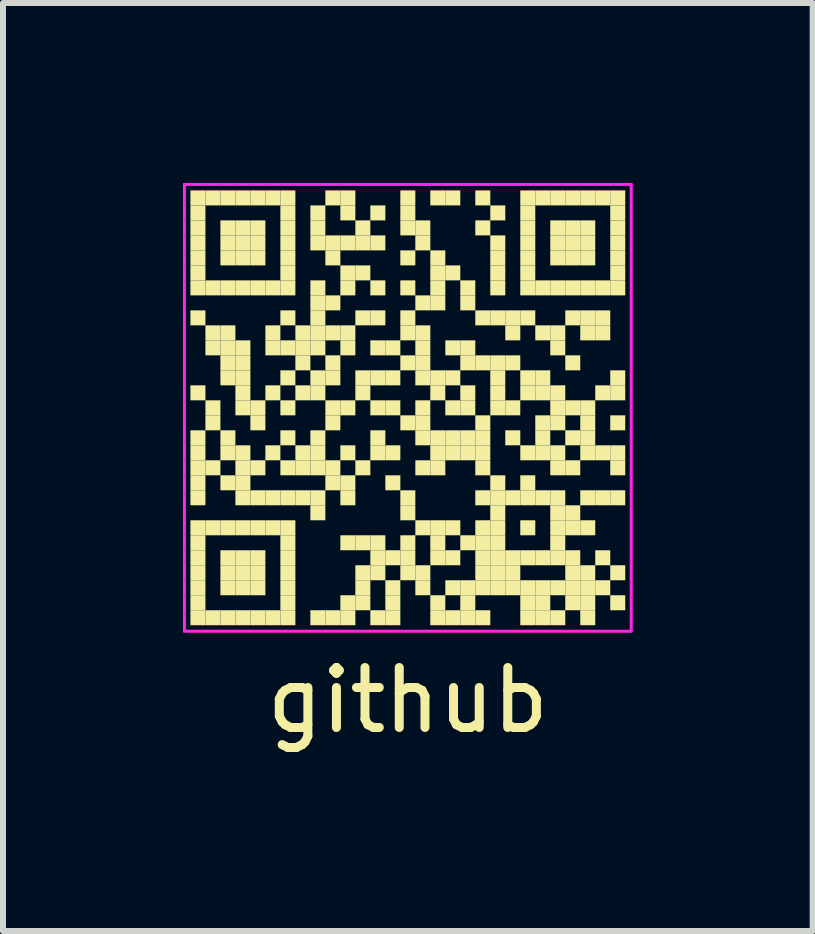
<source format=kicad_pcb>
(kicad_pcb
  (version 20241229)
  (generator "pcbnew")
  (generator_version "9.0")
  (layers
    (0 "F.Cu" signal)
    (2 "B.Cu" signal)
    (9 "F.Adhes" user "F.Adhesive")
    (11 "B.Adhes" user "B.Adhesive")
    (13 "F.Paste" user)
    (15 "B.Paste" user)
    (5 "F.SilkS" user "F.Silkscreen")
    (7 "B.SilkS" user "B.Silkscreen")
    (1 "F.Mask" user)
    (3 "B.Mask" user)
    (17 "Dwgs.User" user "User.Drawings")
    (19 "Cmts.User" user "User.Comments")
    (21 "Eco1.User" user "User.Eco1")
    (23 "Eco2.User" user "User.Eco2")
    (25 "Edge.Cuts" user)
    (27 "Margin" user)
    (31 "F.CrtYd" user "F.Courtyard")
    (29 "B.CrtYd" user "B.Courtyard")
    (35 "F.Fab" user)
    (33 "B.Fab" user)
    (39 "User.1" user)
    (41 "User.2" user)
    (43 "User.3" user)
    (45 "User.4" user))
  (footprint "github"
    (layer "F.Cu")
    (at 3.75 3.75)
    (property "Reference" "github" (at 0 4.875 0) (layer "F.SilkS") (effects (font (size 1 1) (thickness 0.15))))
    (fp_rect (start -3.625 -3.625) (end -3.375 -3.375) (stroke (width 0) (type default)) (fill yes) (layer "F.SilkS"))
    (fp_rect (start -3.625 -3.375) (end -3.375 -3.125) (stroke (width 0) (type default)) (fill yes) (layer "F.SilkS"))
    (fp_rect (start -3.625 -3.125) (end -3.375 -2.875) (stroke (width 0) (type default)) (fill yes) (layer "F.SilkS"))
    (fp_rect (start -3.625 -2.875) (end -3.375 -2.625) (stroke (width 0) (type default)) (fill yes) (layer "F.SilkS"))
    (fp_rect (start -3.625 -2.625) (end -3.375 -2.375) (stroke (width 0) (type default)) (fill yes) (layer "F.SilkS"))
    (fp_rect (start -3.625 -2.375) (end -3.375 -2.125) (stroke (width 0) (type default)) (fill yes) (layer "F.SilkS"))
    (fp_rect (start -3.625 -2.125) (end -3.375 -1.875) (stroke (width 0) (type default)) (fill yes) (layer "F.SilkS"))
    (fp_rect (start -3.625 -1.625) (end -3.375 -1.375) (stroke (width 0) (type default)) (fill yes) (layer "F.SilkS"))
    (fp_rect (start -3.625 -0.375) (end -3.375 -0.125) (stroke (width 0) (type default)) (fill yes) (layer "F.SilkS"))
    (fp_rect (start -3.625 0.375) (end -3.375 0.625) (stroke (width 0) (type default)) (fill yes) (layer "F.SilkS"))
    (fp_rect (start -3.625 0.625) (end -3.375 0.875) (stroke (width 0) (type default)) (fill yes) (layer "F.SilkS"))
    (fp_rect (start -3.625 0.875) (end -3.375 1.125) (stroke (width 0) (type default)) (fill yes) (layer "F.SilkS"))
    (fp_rect (start -3.625 1.125) (end -3.375 1.375) (stroke (width 0) (type default)) (fill yes) (layer "F.SilkS"))
    (fp_rect (start -3.625 1.375) (end -3.375 1.625) (stroke (width 0) (type default)) (fill yes) (layer "F.SilkS"))
    (fp_rect (start -3.625 1.875) (end -3.375 2.125) (stroke (width 0) (type default)) (fill yes) (layer "F.SilkS"))
    (fp_rect (start -3.625 2.125) (end -3.375 2.375) (stroke (width 0) (type default)) (fill yes) (layer "F.SilkS"))
    (fp_rect (start -3.625 2.375) (end -3.375 2.625) (stroke (width 0) (type default)) (fill yes) (layer "F.SilkS"))
    (fp_rect (start -3.625 2.625) (end -3.375 2.875) (stroke (width 0) (type default)) (fill yes) (layer "F.SilkS"))
    (fp_rect (start -3.625 2.875) (end -3.375 3.125) (stroke (width 0) (type default)) (fill yes) (layer "F.SilkS"))
    (fp_rect (start -3.625 3.125) (end -3.375 3.375) (stroke (width 0) (type default)) (fill yes) (layer "F.SilkS"))
    (fp_rect (start -3.625 3.375) (end -3.375 3.625) (stroke (width 0) (type default)) (fill yes) (layer "F.SilkS"))
    (fp_rect (start -3.375 -3.625) (end -3.125 -3.375) (stroke (width 0) (type default)) (fill yes) (layer "F.SilkS"))
    (fp_rect (start -3.375 -2.125) (end -3.125 -1.875) (stroke (width 0) (type default)) (fill yes) (layer "F.SilkS"))
    (fp_rect (start -3.375 -1.375) (end -3.125 -1.125) (stroke (width 0) (type default)) (fill yes) (layer "F.SilkS"))
    (fp_rect (start -3.375 -1.125) (end -3.125 -0.875) (stroke (width 0) (type default)) (fill yes) (layer "F.SilkS"))
    (fp_rect (start -3.375 -0.125) (end -3.125 0.125) (stroke (width 0) (type default)) (fill yes) (layer "F.SilkS"))
    (fp_rect (start -3.375 0.125) (end -3.125 0.375) (stroke (width 0) (type default)) (fill yes) (layer "F.SilkS"))
    (fp_rect (start -3.375 0.875) (end -3.125 1.125) (stroke (width 0) (type default)) (fill yes) (layer "F.SilkS"))
    (fp_rect (start -3.375 1.875) (end -3.125 2.125) (stroke (width 0) (type default)) (fill yes) (layer "F.SilkS"))
    (fp_rect (start -3.375 3.375) (end -3.125 3.625) (stroke (width 0) (type default)) (fill yes) (layer "F.SilkS"))
    (fp_rect (start -3.125 -3.625) (end -2.875 -3.375) (stroke (width 0) (type default)) (fill yes) (layer "F.SilkS"))
    (fp_rect (start -3.125 -3.125) (end -2.875 -2.875) (stroke (width 0) (type default)) (fill yes) (layer "F.SilkS"))
    (fp_rect (start -3.125 -2.875) (end -2.875 -2.625) (stroke (width 0) (type default)) (fill yes) (layer "F.SilkS"))
    (fp_rect (start -3.125 -2.625) (end -2.875 -2.375) (stroke (width 0) (type default)) (fill yes) (layer "F.SilkS"))
    (fp_rect (start -3.125 -2.125) (end -2.875 -1.875) (stroke (width 0) (type default)) (fill yes) (layer "F.SilkS"))
    (fp_rect (start -3.125 -1.375) (end -2.875 -1.125) (stroke (width 0) (type default)) (fill yes) (layer "F.SilkS"))
    (fp_rect (start -3.125 -1.125) (end -2.875 -0.875) (stroke (width 0) (type default)) (fill yes) (layer "F.SilkS"))
    (fp_rect (start -3.125 -0.875) (end -2.875 -0.625) (stroke (width 0) (type default)) (fill yes) (layer "F.SilkS"))
    (fp_rect (start -3.125 -0.625) (end -2.875 -0.375) (stroke (width 0) (type default)) (fill yes) (layer "F.SilkS"))
    (fp_rect (start -3.125 0.375) (end -2.875 0.625) (stroke (width 0) (type default)) (fill yes) (layer "F.SilkS"))
    (fp_rect (start -3.125 0.625) (end -2.875 0.875) (stroke (width 0) (type default)) (fill yes) (layer "F.SilkS"))
    (fp_rect (start -3.125 1.125) (end -2.875 1.375) (stroke (width 0) (type default)) (fill yes) (layer "F.SilkS"))
    (fp_rect (start -3.125 1.875) (end -2.875 2.125) (stroke (width 0) (type default)) (fill yes) (layer "F.SilkS"))
    (fp_rect (start -3.125 2.375) (end -2.875 2.625) (stroke (width 0) (type default)) (fill yes) (layer "F.SilkS"))
    (fp_rect (start -3.125 2.625) (end -2.875 2.875) (stroke (width 0) (type default)) (fill yes) (layer "F.SilkS"))
    (fp_rect (start -3.125 2.875) (end -2.875 3.125) (stroke (width 0) (type default)) (fill yes) (layer "F.SilkS"))
    (fp_rect (start -3.125 3.375) (end -2.875 3.625) (stroke (width 0) (type default)) (fill yes) (layer "F.SilkS"))
    (fp_rect (start -2.875 -3.625) (end -2.625 -3.375) (stroke (width 0) (type default)) (fill yes) (layer "F.SilkS"))
    (fp_rect (start -2.875 -3.125) (end -2.625 -2.875) (stroke (width 0) (type default)) (fill yes) (layer "F.SilkS"))
    (fp_rect (start -2.875 -2.875) (end -2.625 -2.625) (stroke (width 0) (type default)) (fill yes) (layer "F.SilkS"))
    (fp_rect (start -2.875 -2.625) (end -2.625 -2.375) (stroke (width 0) (type default)) (fill yes) (layer "F.SilkS"))
    (fp_rect (start -2.875 -2.125) (end -2.625 -1.875) (stroke (width 0) (type default)) (fill yes) (layer "F.SilkS"))
    (fp_rect (start -2.875 -1.125) (end -2.625 -0.875) (stroke (width 0) (type default)) (fill yes) (layer "F.SilkS"))
    (fp_rect (start -2.875 -0.875) (end -2.625 -0.625) (stroke (width 0) (type default)) (fill yes) (layer "F.SilkS"))
    (fp_rect (start -2.875 -0.625) (end -2.625 -0.375) (stroke (width 0) (type default)) (fill yes) (layer "F.SilkS"))
    (fp_rect (start -2.875 -0.375) (end -2.625 -0.125) (stroke (width 0) (type default)) (fill yes) (layer "F.SilkS"))
    (fp_rect (start -2.875 -0.125) (end -2.625 0.125) (stroke (width 0) (type default)) (fill yes) (layer "F.SilkS"))
    (fp_rect (start -2.875 0.625) (end -2.625 0.875) (stroke (width 0) (type default)) (fill yes) (layer "F.SilkS"))
    (fp_rect (start -2.875 0.875) (end -2.625 1.125) (stroke (width 0) (type default)) (fill yes) (layer "F.SilkS"))
    (fp_rect (start -2.875 1.125) (end -2.625 1.375) (stroke (width 0) (type default)) (fill yes) (layer "F.SilkS"))
    (fp_rect (start -2.875 1.375) (end -2.625 1.625) (stroke (width 0) (type default)) (fill yes) (layer "F.SilkS"))
    (fp_rect (start -2.875 1.875) (end -2.625 2.125) (stroke (width 0) (type default)) (fill yes) (layer "F.SilkS"))
    (fp_rect (start -2.875 2.375) (end -2.625 2.625) (stroke (width 0) (type default)) (fill yes) (layer "F.SilkS"))
    (fp_rect (start -2.875 2.625) (end -2.625 2.875) (stroke (width 0) (type default)) (fill yes) (layer "F.SilkS"))
    (fp_rect (start -2.875 2.875) (end -2.625 3.125) (stroke (width 0) (type default)) (fill yes) (layer "F.SilkS"))
    (fp_rect (start -2.875 3.375) (end -2.625 3.625) (stroke (width 0) (type default)) (fill yes) (layer "F.SilkS"))
    (fp_rect (start -2.625 -3.625) (end -2.375 -3.375) (stroke (width 0) (type default)) (fill yes) (layer "F.SilkS"))
    (fp_rect (start -2.625 -3.125) (end -2.375 -2.875) (stroke (width 0) (type default)) (fill yes) (layer "F.SilkS"))
    (fp_rect (start -2.625 -2.875) (end -2.375 -2.625) (stroke (width 0) (type default)) (fill yes) (layer "F.SilkS"))
    (fp_rect (start -2.625 -2.625) (end -2.375 -2.375) (stroke (width 0) (type default)) (fill yes) (layer "F.SilkS"))
    (fp_rect (start -2.625 -2.125) (end -2.375 -1.875) (stroke (width 0) (type default)) (fill yes) (layer "F.SilkS"))
    (fp_rect (start -2.625 -0.125) (end -2.375 0.125) (stroke (width 0) (type default)) (fill yes) (layer "F.SilkS"))
    (fp_rect (start -2.625 0.125) (end -2.375 0.375) (stroke (width 0) (type default)) (fill yes) (layer "F.SilkS"))
    (fp_rect (start -2.625 0.875) (end -2.375 1.125) (stroke (width 0) (type default)) (fill yes) (layer "F.SilkS"))
    (fp_rect (start -2.625 1.375) (end -2.375 1.625) (stroke (width 0) (type default)) (fill yes) (layer "F.SilkS"))
    (fp_rect (start -2.625 1.875) (end -2.375 2.125) (stroke (width 0) (type default)) (fill yes) (layer "F.SilkS"))
    (fp_rect (start -2.625 2.375) (end -2.375 2.625) (stroke (width 0) (type default)) (fill yes) (layer "F.SilkS"))
    (fp_rect (start -2.625 2.625) (end -2.375 2.875) (stroke (width 0) (type default)) (fill yes) (layer "F.SilkS"))
    (fp_rect (start -2.625 2.875) (end -2.375 3.125) (stroke (width 0) (type default)) (fill yes) (layer "F.SilkS"))
    (fp_rect (start -2.625 3.375) (end -2.375 3.625) (stroke (width 0) (type default)) (fill yes) (layer "F.SilkS"))
    (fp_rect (start -2.375 -3.625) (end -2.125 -3.375) (stroke (width 0) (type default)) (fill yes) (layer "F.SilkS"))
    (fp_rect (start -2.375 -2.125) (end -2.125 -1.875) (stroke (width 0) (type default)) (fill yes) (layer "F.SilkS"))
    (fp_rect (start -2.375 -1.375) (end -2.125 -1.125) (stroke (width 0) (type default)) (fill yes) (layer "F.SilkS"))
    (fp_rect (start -2.375 -1.125) (end -2.125 -0.875) (stroke (width 0) (type default)) (fill yes) (layer "F.SilkS"))
    (fp_rect (start -2.375 -0.375) (end -2.125 -0.125) (stroke (width 0) (type default)) (fill yes) (layer "F.SilkS"))
    (fp_rect (start -2.375 0.625) (end -2.125 0.875) (stroke (width 0) (type default)) (fill yes) (layer "F.SilkS"))
    (fp_rect (start -2.375 1.375) (end -2.125 1.625) (stroke (width 0) (type default)) (fill yes) (layer "F.SilkS"))
    (fp_rect (start -2.375 1.875) (end -2.125 2.125) (stroke (width 0) (type default)) (fill yes) (layer "F.SilkS"))
    (fp_rect (start -2.375 3.375) (end -2.125 3.625) (stroke (width 0) (type default)) (fill yes) (layer "F.SilkS"))
    (fp_rect (start -2.125 -3.625) (end -1.875 -3.375) (stroke (width 0) (type default)) (fill yes) (layer "F.SilkS"))
    (fp_rect (start -2.125 -3.375) (end -1.875 -3.125) (stroke (width 0) (type default)) (fill yes) (layer "F.SilkS"))
    (fp_rect (start -2.125 -3.125) (end -1.875 -2.875) (stroke (width 0) (type default)) (fill yes) (layer "F.SilkS"))
    (fp_rect (start -2.125 -2.875) (end -1.875 -2.625) (stroke (width 0) (type default)) (fill yes) (layer "F.SilkS"))
    (fp_rect (start -2.125 -2.625) (end -1.875 -2.375) (stroke (width 0) (type default)) (fill yes) (layer "F.SilkS"))
    (fp_rect (start -2.125 -2.375) (end -1.875 -2.125) (stroke (width 0) (type default)) (fill yes) (layer "F.SilkS"))
    (fp_rect (start -2.125 -2.125) (end -1.875 -1.875) (stroke (width 0) (type default)) (fill yes) (layer "F.SilkS"))
    (fp_rect (start -2.125 -1.625) (end -1.875 -1.375) (stroke (width 0) (type default)) (fill yes) (layer "F.SilkS"))
    (fp_rect (start -2.125 -1.125) (end -1.875 -0.875) (stroke (width 0) (type default)) (fill yes) (layer "F.SilkS"))
    (fp_rect (start -2.125 -0.625) (end -1.875 -0.375) (stroke (width 0) (type default)) (fill yes) (layer "F.SilkS"))
    (fp_rect (start -2.125 -0.125) (end -1.875 0.125) (stroke (width 0) (type default)) (fill yes) (layer "F.SilkS"))
    (fp_rect (start -2.125 0.375) (end -1.875 0.625) (stroke (width 0) (type default)) (fill yes) (layer "F.SilkS"))
    (fp_rect (start -2.125 0.875) (end -1.875 1.125) (stroke (width 0) (type default)) (fill yes) (layer "F.SilkS"))
    (fp_rect (start -2.125 1.375) (end -1.875 1.625) (stroke (width 0) (type default)) (fill yes) (layer "F.SilkS"))
    (fp_rect (start -2.125 1.875) (end -1.875 2.125) (stroke (width 0) (type default)) (fill yes) (layer "F.SilkS"))
    (fp_rect (start -2.125 2.125) (end -1.875 2.375) (stroke (width 0) (type default)) (fill yes) (layer "F.SilkS"))
    (fp_rect (start -2.125 2.375) (end -1.875 2.625) (stroke (width 0) (type default)) (fill yes) (layer "F.SilkS"))
    (fp_rect (start -2.125 2.625) (end -1.875 2.875) (stroke (width 0) (type default)) (fill yes) (layer "F.SilkS"))
    (fp_rect (start -2.125 2.875) (end -1.875 3.125) (stroke (width 0) (type default)) (fill yes) (layer "F.SilkS"))
    (fp_rect (start -2.125 3.125) (end -1.875 3.375) (stroke (width 0) (type default)) (fill yes) (layer "F.SilkS"))
    (fp_rect (start -2.125 3.375) (end -1.875 3.625) (stroke (width 0) (type default)) (fill yes) (layer "F.SilkS"))
    (fp_rect (start -1.875 -1.375) (end -1.625 -1.125) (stroke (width 0) (type default)) (fill yes) (layer "F.SilkS"))
    (fp_rect (start -1.875 -1.125) (end -1.625 -0.875) (stroke (width 0) (type default)) (fill yes) (layer "F.SilkS"))
    (fp_rect (start -1.875 -0.875) (end -1.625 -0.625) (stroke (width 0) (type default)) (fill yes) (layer "F.SilkS"))
    (fp_rect (start -1.875 -0.375) (end -1.625 -0.125) (stroke (width 0) (type default)) (fill yes) (layer "F.SilkS"))
    (fp_rect (start -1.875 0.625) (end -1.625 0.875) (stroke (width 0) (type default)) (fill yes) (layer "F.SilkS"))
    (fp_rect (start -1.875 0.875) (end -1.625 1.125) (stroke (width 0) (type default)) (fill yes) (layer "F.SilkS"))
    (fp_rect (start -1.875 1.375) (end -1.625 1.625) (stroke (width 0) (type default)) (fill yes) (layer "F.SilkS"))
    (fp_rect (start -1.625 -3.375) (end -1.375 -3.125) (stroke (width 0) (type default)) (fill yes) (layer "F.SilkS"))
    (fp_rect (start -1.625 -3.125) (end -1.375 -2.875) (stroke (width 0) (type default)) (fill yes) (layer "F.SilkS"))
    (fp_rect (start -1.625 -2.875) (end -1.375 -2.625) (stroke (width 0) (type default)) (fill yes) (layer "F.SilkS"))
    (fp_rect (start -1.625 -2.125) (end -1.375 -1.875) (stroke (width 0) (type default)) (fill yes) (layer "F.SilkS"))
    (fp_rect (start -1.625 -1.875) (end -1.375 -1.625) (stroke (width 0) (type default)) (fill yes) (layer "F.SilkS"))
    (fp_rect (start -1.625 -1.625) (end -1.375 -1.375) (stroke (width 0) (type default)) (fill yes) (layer "F.SilkS"))
    (fp_rect (start -1.625 -1.375) (end -1.375 -1.125) (stroke (width 0) (type default)) (fill yes) (layer "F.SilkS"))
    (fp_rect (start -1.625 -1.125) (end -1.375 -0.875) (stroke (width 0) (type default)) (fill yes) (layer "F.SilkS"))
    (fp_rect (start -1.625 -0.625) (end -1.375 -0.375) (stroke (width 0) (type default)) (fill yes) (layer "F.SilkS"))
    (fp_rect (start -1.625 -0.375) (end -1.375 -0.125) (stroke (width 0) (type default)) (fill yes) (layer "F.SilkS"))
    (fp_rect (start -1.625 0.375) (end -1.375 0.625) (stroke (width 0) (type default)) (fill yes) (layer "F.SilkS"))
    (fp_rect (start -1.625 0.625) (end -1.375 0.875) (stroke (width 0) (type default)) (fill yes) (layer "F.SilkS"))
    (fp_rect (start -1.625 0.875) (end -1.375 1.125) (stroke (width 0) (type default)) (fill yes) (layer "F.SilkS"))
    (fp_rect (start -1.625 1.375) (end -1.375 1.625) (stroke (width 0) (type default)) (fill yes) (layer "F.SilkS"))
    (fp_rect (start -1.625 1.625) (end -1.375 1.875) (stroke (width 0) (type default)) (fill yes) (layer "F.SilkS"))
    (fp_rect (start -1.625 3.375) (end -1.375 3.625) (stroke (width 0) (type default)) (fill yes) (layer "F.SilkS"))
    (fp_rect (start -1.375 -3.625) (end -1.125 -3.375) (stroke (width 0) (type default)) (fill yes) (layer "F.SilkS"))
    (fp_rect (start -1.375 -2.875) (end -1.125 -2.625) (stroke (width 0) (type default)) (fill yes) (layer "F.SilkS"))
    (fp_rect (start -1.375 -2.625) (end -1.125 -2.375) (stroke (width 0) (type default)) (fill yes) (layer "F.SilkS"))
    (fp_rect (start -1.375 -1.875) (end -1.125 -1.625) (stroke (width 0) (type default)) (fill yes) (layer "F.SilkS"))
    (fp_rect (start -1.375 -1.375) (end -1.125 -1.125) (stroke (width 0) (type default)) (fill yes) (layer "F.SilkS"))
    (fp_rect (start -1.375 -0.875) (end -1.125 -0.625) (stroke (width 0) (type default)) (fill yes) (layer "F.SilkS"))
    (fp_rect (start -1.375 -0.625) (end -1.125 -0.375) (stroke (width 0) (type default)) (fill yes) (layer "F.SilkS"))
    (fp_rect (start -1.375 -0.125) (end -1.125 0.125) (stroke (width 0) (type default)) (fill yes) (layer "F.SilkS"))
    (fp_rect (start -1.375 0.125) (end -1.125 0.375) (stroke (width 0) (type default)) (fill yes) (layer "F.SilkS"))
    (fp_rect (start -1.375 0.875) (end -1.125 1.125) (stroke (width 0) (type default)) (fill yes) (layer "F.SilkS"))
    (fp_rect (start -1.375 1.125) (end -1.125 1.375) (stroke (width 0) (type default)) (fill yes) (layer "F.SilkS"))
    (fp_rect (start -1.375 3.375) (end -1.125 3.625) (stroke (width 0) (type default)) (fill yes) (layer "F.SilkS"))
    (fp_rect (start -1.125 -3.625) (end -0.875 -3.375) (stroke (width 0) (type default)) (fill yes) (layer "F.SilkS"))
    (fp_rect (start -1.125 -3.375) (end -0.875 -3.125) (stroke (width 0) (type default)) (fill yes) (layer "F.SilkS"))
    (fp_rect (start -1.125 -2.875) (end -0.875 -2.625) (stroke (width 0) (type default)) (fill yes) (layer "F.SilkS"))
    (fp_rect (start -1.125 -2.375) (end -0.875 -2.125) (stroke (width 0) (type default)) (fill yes) (layer "F.SilkS"))
    (fp_rect (start -1.125 -2.125) (end -0.875 -1.875) (stroke (width 0) (type default)) (fill yes) (layer "F.SilkS"))
    (fp_rect (start -1.125 -1.375) (end -0.875 -1.125) (stroke (width 0) (type default)) (fill yes) (layer "F.SilkS"))
    (fp_rect (start -1.125 -1.125) (end -0.875 -0.875) (stroke (width 0) (type default)) (fill yes) (layer "F.SilkS"))
    (fp_rect (start -1.125 -0.125) (end -0.875 0.125) (stroke (width 0) (type default)) (fill yes) (layer "F.SilkS"))
    (fp_rect (start -1.125 0.625) (end -0.875 0.875) (stroke (width 0) (type default)) (fill yes) (layer "F.SilkS"))
    (fp_rect (start -1.125 1.125) (end -0.875 1.375) (stroke (width 0) (type default)) (fill yes) (layer "F.SilkS"))
    (fp_rect (start -1.125 1.375) (end -0.875 1.625) (stroke (width 0) (type default)) (fill yes) (layer "F.SilkS"))
    (fp_rect (start -1.125 2.125) (end -0.875 2.375) (stroke (width 0) (type default)) (fill yes) (layer "F.SilkS"))
    (fp_rect (start -1.125 3.125) (end -0.875 3.375) (stroke (width 0) (type default)) (fill yes) (layer "F.SilkS"))
    (fp_rect (start -1.125 3.375) (end -0.875 3.625) (stroke (width 0) (type default)) (fill yes) (layer "F.SilkS"))
    (fp_rect (start -0.875 -3.125) (end -0.625 -2.875) (stroke (width 0) (type default)) (fill yes) (layer "F.SilkS"))
    (fp_rect (start -0.875 -2.875) (end -0.625 -2.625) (stroke (width 0) (type default)) (fill yes) (layer "F.SilkS"))
    (fp_rect (start -0.875 -2.375) (end -0.625 -2.125) (stroke (width 0) (type default)) (fill yes) (layer "F.SilkS"))
    (fp_rect (start -0.875 -1.625) (end -0.625 -1.375) (stroke (width 0) (type default)) (fill yes) (layer "F.SilkS"))
    (fp_rect (start -0.875 -0.625) (end -0.625 -0.375) (stroke (width 0) (type default)) (fill yes) (layer "F.SilkS"))
    (fp_rect (start -0.875 -0.375) (end -0.625 -0.125) (stroke (width 0) (type default)) (fill yes) (layer "F.SilkS"))
    (fp_rect (start -0.875 0.875) (end -0.625 1.125) (stroke (width 0) (type default)) (fill yes) (layer "F.SilkS"))
    (fp_rect (start -0.875 2.125) (end -0.625 2.375) (stroke (width 0) (type default)) (fill yes) (layer "F.SilkS"))
    (fp_rect (start -0.875 2.625) (end -0.625 2.875) (stroke (width 0) (type default)) (fill yes) (layer "F.SilkS"))
    (fp_rect (start -0.875 2.875) (end -0.625 3.125) (stroke (width 0) (type default)) (fill yes) (layer "F.SilkS"))
    (fp_rect (start -0.875 3.125) (end -0.625 3.375) (stroke (width 0) (type default)) (fill yes) (layer "F.SilkS"))
    (fp_rect (start -0.625 -3.375) (end -0.375 -3.125) (stroke (width 0) (type default)) (fill yes) (layer "F.SilkS"))
    (fp_rect (start -0.625 -2.875) (end -0.375 -2.625) (stroke (width 0) (type default)) (fill yes) (layer "F.SilkS"))
    (fp_rect (start -0.625 -2.125) (end -0.375 -1.875) (stroke (width 0) (type default)) (fill yes) (layer "F.SilkS"))
    (fp_rect (start -0.625 -1.625) (end -0.375 -1.375) (stroke (width 0) (type default)) (fill yes) (layer "F.SilkS"))
    (fp_rect (start -0.625 -1.125) (end -0.375 -0.875) (stroke (width 0) (type default)) (fill yes) (layer "F.SilkS"))
    (fp_rect (start -0.625 -0.625) (end -0.375 -0.375) (stroke (width 0) (type default)) (fill yes) (layer "F.SilkS"))
    (fp_rect (start -0.625 -0.125) (end -0.375 0.125) (stroke (width 0) (type default)) (fill yes) (layer "F.SilkS"))
    (fp_rect (start -0.625 0.375) (end -0.375 0.625) (stroke (width 0) (type default)) (fill yes) (layer "F.SilkS"))
    (fp_rect (start -0.625 0.625) (end -0.375 0.875) (stroke (width 0) (type default)) (fill yes) (layer "F.SilkS"))
    (fp_rect (start -0.625 2.125) (end -0.375 2.375) (stroke (width 0) (type default)) (fill yes) (layer "F.SilkS"))
    (fp_rect (start -0.625 2.375) (end -0.375 2.625) (stroke (width 0) (type default)) (fill yes) (layer "F.SilkS"))
    (fp_rect (start -0.625 2.625) (end -0.375 2.875) (stroke (width 0) (type default)) (fill yes) (layer "F.SilkS"))
    (fp_rect (start -0.625 3.375) (end -0.375 3.625) (stroke (width 0) (type default)) (fill yes) (layer "F.SilkS"))
    (fp_rect (start -0.375 -1.125) (end -0.125 -0.875) (stroke (width 0) (type default)) (fill yes) (layer "F.SilkS"))
    (fp_rect (start -0.375 -0.625) (end -0.125 -0.375) (stroke (width 0) (type default)) (fill yes) (layer "F.SilkS"))
    (fp_rect (start -0.375 -0.125) (end -0.125 0.125) (stroke (width 0) (type default)) (fill yes) (layer "F.SilkS"))
    (fp_rect (start -0.375 0.625) (end -0.125 0.875) (stroke (width 0) (type default)) (fill yes) (layer "F.SilkS"))
    (fp_rect (start -0.375 1.125) (end -0.125 1.375) (stroke (width 0) (type default)) (fill yes) (layer "F.SilkS"))
    (fp_rect (start -0.375 2.375) (end -0.125 2.625) (stroke (width 0) (type default)) (fill yes) (layer "F.SilkS"))
    (fp_rect (start -0.375 2.875) (end -0.125 3.125) (stroke (width 0) (type default)) (fill yes) (layer "F.SilkS"))
    (fp_rect (start -0.375 3.125) (end -0.125 3.375) (stroke (width 0) (type default)) (fill yes) (layer "F.SilkS"))
    (fp_rect (start -0.375 3.375) (end -0.125 3.625) (stroke (width 0) (type default)) (fill yes) (layer "F.SilkS"))
    (fp_rect (start -0.125 -3.625) (end 0.125 -3.375) (stroke (width 0) (type default)) (fill yes) (layer "F.SilkS"))
    (fp_rect (start -0.125 -3.375) (end 0.125 -3.125) (stroke (width 0) (type default)) (fill yes) (layer "F.SilkS"))
    (fp_rect (start -0.125 -3.125) (end 0.125 -2.875) (stroke (width 0) (type default)) (fill yes) (layer "F.SilkS"))
    (fp_rect (start -0.125 -2.625) (end 0.125 -2.375) (stroke (width 0) (type default)) (fill yes) (layer "F.SilkS"))
    (fp_rect (start -0.125 -2.125) (end 0.125 -1.875) (stroke (width 0) (type default)) (fill yes) (layer "F.SilkS"))
    (fp_rect (start -0.125 -1.625) (end 0.125 -1.375) (stroke (width 0) (type default)) (fill yes) (layer "F.SilkS"))
    (fp_rect (start -0.125 -1.375) (end 0.125 -1.125) (stroke (width 0) (type default)) (fill yes) (layer "F.SilkS"))
    (fp_rect (start -0.125 -0.875) (end 0.125 -0.625) (stroke (width 0) (type default)) (fill yes) (layer "F.SilkS"))
    (fp_rect (start -0.125 0.125) (end 0.125 0.375) (stroke (width 0) (type default)) (fill yes) (layer "F.SilkS"))
    (fp_rect (start -0.125 1.375) (end 0.125 1.625) (stroke (width 0) (type default)) (fill yes) (layer "F.SilkS"))
    (fp_rect (start -0.125 1.625) (end 0.125 1.875) (stroke (width 0) (type default)) (fill yes) (layer "F.SilkS"))
    (fp_rect (start -0.125 2.125) (end 0.125 2.375) (stroke (width 0) (type default)) (fill yes) (layer "F.SilkS"))
    (fp_rect (start -0.125 2.375) (end 0.125 2.625) (stroke (width 0) (type default)) (fill yes) (layer "F.SilkS"))
    (fp_rect (start -0.125 2.625) (end 0.125 2.875) (stroke (width 0) (type default)) (fill yes) (layer "F.SilkS"))
    (fp_rect (start 0.125 -3.125) (end 0.375 -2.875) (stroke (width 0) (type default)) (fill yes) (layer "F.SilkS"))
    (fp_rect (start 0.125 -2.875) (end 0.375 -2.625) (stroke (width 0) (type default)) (fill yes) (layer "F.SilkS"))
    (fp_rect (start 0.125 -1.875) (end 0.375 -1.625) (stroke (width 0) (type default)) (fill yes) (layer "F.SilkS"))
    (fp_rect (start 0.125 -1.375) (end 0.375 -1.125) (stroke (width 0) (type default)) (fill yes) (layer "F.SilkS"))
    (fp_rect (start 0.125 -1.125) (end 0.375 -0.875) (stroke (width 0) (type default)) (fill yes) (layer "F.SilkS"))
    (fp_rect (start 0.125 -0.875) (end 0.375 -0.625) (stroke (width 0) (type default)) (fill yes) (layer "F.SilkS"))
    (fp_rect (start 0.125 -0.625) (end 0.375 -0.375) (stroke (width 0) (type default)) (fill yes) (layer "F.SilkS"))
    (fp_rect (start 0.125 -0.125) (end 0.375 0.125) (stroke (width 0) (type default)) (fill yes) (layer "F.SilkS"))
    (fp_rect (start 0.125 0.125) (end 0.375 0.375) (stroke (width 0) (type default)) (fill yes) (layer "F.SilkS"))
    (fp_rect (start 0.125 0.375) (end 0.375 0.625) (stroke (width 0) (type default)) (fill yes) (layer "F.SilkS"))
    (fp_rect (start 0.125 0.875) (end 0.375 1.125) (stroke (width 0) (type default)) (fill yes) (layer "F.SilkS"))
    (fp_rect (start 0.125 1.875) (end 0.375 2.125) (stroke (width 0) (type default)) (fill yes) (layer "F.SilkS"))
    (fp_rect (start 0.125 2.625) (end 0.375 2.875) (stroke (width 0) (type default)) (fill yes) (layer "F.SilkS"))
    (fp_rect (start 0.125 2.875) (end 0.375 3.125) (stroke (width 0) (type default)) (fill yes) (layer "F.SilkS"))
    (fp_rect (start 0.375 -3.625) (end 0.625 -3.375) (stroke (width 0) (type default)) (fill yes) (layer "F.SilkS"))
    (fp_rect (start 0.375 -2.625) (end 0.625 -2.375) (stroke (width 0) (type default)) (fill yes) (layer "F.SilkS"))
    (fp_rect (start 0.375 -2.375) (end 0.625 -2.125) (stroke (width 0) (type default)) (fill yes) (layer "F.SilkS"))
    (fp_rect (start 0.375 -2.125) (end 0.625 -1.875) (stroke (width 0) (type default)) (fill yes) (layer "F.SilkS"))
    (fp_rect (start 0.375 -1.875) (end 0.625 -1.625) (stroke (width 0) (type default)) (fill yes) (layer "F.SilkS"))
    (fp_rect (start 0.375 -0.625) (end 0.625 -0.375) (stroke (width 0) (type default)) (fill yes) (layer "F.SilkS"))
    (fp_rect (start 0.375 -0.375) (end 0.625 -0.125) (stroke (width 0) (type default)) (fill yes) (layer "F.SilkS"))
    (fp_rect (start 0.375 0.375) (end 0.625 0.625) (stroke (width 0) (type default)) (fill yes) (layer "F.SilkS"))
    (fp_rect (start 0.375 0.625) (end 0.625 0.875) (stroke (width 0) (type default)) (fill yes) (layer "F.SilkS"))
    (fp_rect (start 0.375 0.875) (end 0.625 1.125) (stroke (width 0) (type default)) (fill yes) (layer "F.SilkS"))
    (fp_rect (start 0.375 1.875) (end 0.625 2.125) (stroke (width 0) (type default)) (fill yes) (layer "F.SilkS"))
    (fp_rect (start 0.375 2.125) (end 0.625 2.375) (stroke (width 0) (type default)) (fill yes) (layer "F.SilkS"))
    (fp_rect (start 0.375 2.375) (end 0.625 2.625) (stroke (width 0) (type default)) (fill yes) (layer "F.SilkS"))
    (fp_rect (start 0.375 3.125) (end 0.625 3.375) (stroke (width 0) (type default)) (fill yes) (layer "F.SilkS"))
    (fp_rect (start 0.375 3.375) (end 0.625 3.625) (stroke (width 0) (type default)) (fill yes) (layer "F.SilkS"))
    (fp_rect (start 0.625 -3.625) (end 0.875 -3.375) (stroke (width 0) (type default)) (fill yes) (layer "F.SilkS"))
    (fp_rect (start 0.625 -2.375) (end 0.875 -2.125) (stroke (width 0) (type default)) (fill yes) (layer "F.SilkS"))
    (fp_rect (start 0.625 -1.125) (end 0.875 -0.875) (stroke (width 0) (type default)) (fill yes) (layer "F.SilkS"))
    (fp_rect (start 0.625 -0.625) (end 0.875 -0.375) (stroke (width 0) (type default)) (fill yes) (layer "F.SilkS"))
    (fp_rect (start 0.625 -0.125) (end 0.875 0.125) (stroke (width 0) (type default)) (fill yes) (layer "F.SilkS"))
    (fp_rect (start 0.625 0.375) (end 0.875 0.625) (stroke (width 0) (type default)) (fill yes) (layer "F.SilkS"))
    (fp_rect (start 0.625 0.625) (end 0.875 0.875) (stroke (width 0) (type default)) (fill yes) (layer "F.SilkS"))
    (fp_rect (start 0.625 1.875) (end 0.875 2.125) (stroke (width 0) (type default)) (fill yes) (layer "F.SilkS"))
    (fp_rect (start 0.625 2.375) (end 0.875 2.625) (stroke (width 0) (type default)) (fill yes) (layer "F.SilkS"))
    (fp_rect (start 0.625 2.875) (end 0.875 3.125) (stroke (width 0) (type default)) (fill yes) (layer "F.SilkS"))
    (fp_rect (start 0.625 3.375) (end 0.875 3.625) (stroke (width 0) (type default)) (fill yes) (layer "F.SilkS"))
    (fp_rect (start 0.875 -2.125) (end 1.125 -1.875) (stroke (width 0) (type default)) (fill yes) (layer "F.SilkS"))
    (fp_rect (start 0.875 -1.875) (end 1.125 -1.625) (stroke (width 0) (type default)) (fill yes) (layer "F.SilkS"))
    (fp_rect (start 0.875 -1.125) (end 1.125 -0.875) (stroke (width 0) (type default)) (fill yes) (layer "F.SilkS"))
    (fp_rect (start 0.875 -0.875) (end 1.125 -0.625) (stroke (width 0) (type default)) (fill yes) (layer "F.SilkS"))
    (fp_rect (start 0.875 -0.375) (end 1.125 -0.125) (stroke (width 0) (type default)) (fill yes) (layer "F.SilkS"))
    (fp_rect (start 0.875 -0.125) (end 1.125 0.125) (stroke (width 0) (type default)) (fill yes) (layer "F.SilkS"))
    (fp_rect (start 0.875 0.375) (end 1.125 0.625) (stroke (width 0) (type default)) (fill yes) (layer "F.SilkS"))
    (fp_rect (start 0.875 0.625) (end 1.125 0.875) (stroke (width 0) (type default)) (fill yes) (layer "F.SilkS"))
    (fp_rect (start 0.875 2.125) (end 1.125 2.375) (stroke (width 0) (type default)) (fill yes) (layer "F.SilkS"))
    (fp_rect (start 0.875 2.875) (end 1.125 3.125) (stroke (width 0) (type default)) (fill yes) (layer "F.SilkS"))
    (fp_rect (start 0.875 3.125) (end 1.125 3.375) (stroke (width 0) (type default)) (fill yes) (layer "F.SilkS"))
    (fp_rect (start 0.875 3.375) (end 1.125 3.625) (stroke (width 0) (type default)) (fill yes) (layer "F.SilkS"))
    (fp_rect (start 1.125 -3.625) (end 1.375 -3.375) (stroke (width 0) (type default)) (fill yes) (layer "F.SilkS"))
    (fp_rect (start 1.125 -3.125) (end 1.375 -2.875) (stroke (width 0) (type default)) (fill yes) (layer "F.SilkS"))
    (fp_rect (start 1.125 -1.625) (end 1.375 -1.375) (stroke (width 0) (type default)) (fill yes) (layer "F.SilkS"))
    (fp_rect (start 1.125 -0.875) (end 1.375 -0.625) (stroke (width 0) (type default)) (fill yes) (layer "F.SilkS"))
    (fp_rect (start 1.125 0.125) (end 1.375 0.375) (stroke (width 0) (type default)) (fill yes) (layer "F.SilkS"))
    (fp_rect (start 1.125 0.375) (end 1.375 0.625) (stroke (width 0) (type default)) (fill yes) (layer "F.SilkS"))
    (fp_rect (start 1.125 0.625) (end 1.375 0.875) (stroke (width 0) (type default)) (fill yes) (layer "F.SilkS"))
    (fp_rect (start 1.125 0.875) (end 1.375 1.125) (stroke (width 0) (type default)) (fill yes) (layer "F.SilkS"))
    (fp_rect (start 1.125 1.375) (end 1.375 1.625) (stroke (width 0) (type default)) (fill yes) (layer "F.SilkS"))
    (fp_rect (start 1.125 1.875) (end 1.375 2.125) (stroke (width 0) (type default)) (fill yes) (layer "F.SilkS"))
    (fp_rect (start 1.125 2.125) (end 1.375 2.375) (stroke (width 0) (type default)) (fill yes) (layer "F.SilkS"))
    (fp_rect (start 1.125 2.375) (end 1.375 2.625) (stroke (width 0) (type default)) (fill yes) (layer "F.SilkS"))
    (fp_rect (start 1.125 2.625) (end 1.375 2.875) (stroke (width 0) (type default)) (fill yes) (layer "F.SilkS"))
    (fp_rect (start 1.125 2.875) (end 1.375 3.125) (stroke (width 0) (type default)) (fill yes) (layer "F.SilkS"))
    (fp_rect (start 1.125 3.375) (end 1.375 3.625) (stroke (width 0) (type default)) (fill yes) (layer "F.SilkS"))
    (fp_rect (start 1.375 -3.375) (end 1.625 -3.125) (stroke (width 0) (type default)) (fill yes) (layer "F.SilkS"))
    (fp_rect (start 1.375 -2.875) (end 1.625 -2.625) (stroke (width 0) (type default)) (fill yes) (layer "F.SilkS"))
    (fp_rect (start 1.375 -2.625) (end 1.625 -2.375) (stroke (width 0) (type default)) (fill yes) (layer "F.SilkS"))
    (fp_rect (start 1.375 -2.375) (end 1.625 -2.125) (stroke (width 0) (type default)) (fill yes) (layer "F.SilkS"))
    (fp_rect (start 1.375 -2.125) (end 1.625 -1.875) (stroke (width 0) (type default)) (fill yes) (layer "F.SilkS"))
    (fp_rect (start 1.375 -1.625) (end 1.625 -1.375) (stroke (width 0) (type default)) (fill yes) (layer "F.SilkS"))
    (fp_rect (start 1.375 -0.875) (end 1.625 -0.625) (stroke (width 0) (type default)) (fill yes) (layer "F.SilkS"))
    (fp_rect (start 1.375 -0.625) (end 1.625 -0.375) (stroke (width 0) (type default)) (fill yes) (layer "F.SilkS"))
    (fp_rect (start 1.375 -0.375) (end 1.625 -0.125) (stroke (width 0) (type default)) (fill yes) (layer "F.SilkS"))
    (fp_rect (start 1.375 -0.125) (end 1.625 0.125) (stroke (width 0) (type default)) (fill yes) (layer "F.SilkS"))
    (fp_rect (start 1.375 1.125) (end 1.625 1.375) (stroke (width 0) (type default)) (fill yes) (layer "F.SilkS"))
    (fp_rect (start 1.375 1.375) (end 1.625 1.625) (stroke (width 0) (type default)) (fill yes) (layer "F.SilkS"))
    (fp_rect (start 1.375 1.625) (end 1.625 1.875) (stroke (width 0) (type default)) (fill yes) (layer "F.SilkS"))
    (fp_rect (start 1.375 1.875) (end 1.625 2.125) (stroke (width 0) (type default)) (fill yes) (layer "F.SilkS"))
    (fp_rect (start 1.375 2.125) (end 1.625 2.375) (stroke (width 0) (type default)) (fill yes) (layer "F.SilkS"))
    (fp_rect (start 1.375 2.375) (end 1.625 2.625) (stroke (width 0) (type default)) (fill yes) (layer "F.SilkS"))
    (fp_rect (start 1.375 2.625) (end 1.625 2.875) (stroke (width 0) (type default)) (fill yes) (layer "F.SilkS"))
    (fp_rect (start 1.375 2.875) (end 1.625 3.125) (stroke (width 0) (type default)) (fill yes) (layer "F.SilkS"))
    (fp_rect (start 1.625 -1.625) (end 1.875 -1.375) (stroke (width 0) (type default)) (fill yes) (layer "F.SilkS"))
    (fp_rect (start 1.625 -1.375) (end 1.875 -1.125) (stroke (width 0) (type default)) (fill yes) (layer "F.SilkS"))
    (fp_rect (start 1.625 -0.875) (end 1.875 -0.625) (stroke (width 0) (type default)) (fill yes) (layer "F.SilkS"))
    (fp_rect (start 1.625 -0.125) (end 1.875 0.125) (stroke (width 0) (type default)) (fill yes) (layer "F.SilkS"))
    (fp_rect (start 1.625 0.375) (end 1.875 0.625) (stroke (width 0) (type default)) (fill yes) (layer "F.SilkS"))
    (fp_rect (start 1.625 1.375) (end 1.875 1.625) (stroke (width 0) (type default)) (fill yes) (layer "F.SilkS"))
    (fp_rect (start 1.625 2.375) (end 1.875 2.625) (stroke (width 0) (type default)) (fill yes) (layer "F.SilkS"))
    (fp_rect (start 1.625 2.625) (end 1.875 2.875) (stroke (width 0) (type default)) (fill yes) (layer "F.SilkS"))
    (fp_rect (start 1.625 2.875) (end 1.875 3.125) (stroke (width 0) (type default)) (fill yes) (layer "F.SilkS"))
    (fp_rect (start 1.875 -3.625) (end 2.125 -3.375) (stroke (width 0) (type default)) (fill yes) (layer "F.SilkS"))
    (fp_rect (start 1.875 -3.375) (end 2.125 -3.125) (stroke (width 0) (type default)) (fill yes) (layer "F.SilkS"))
    (fp_rect (start 1.875 -3.125) (end 2.125 -2.875) (stroke (width 0) (type default)) (fill yes) (layer "F.SilkS"))
    (fp_rect (start 1.875 -2.875) (end 2.125 -2.625) (stroke (width 0) (type default)) (fill yes) (layer "F.SilkS"))
    (fp_rect (start 1.875 -2.625) (end 2.125 -2.375) (stroke (width 0) (type default)) (fill yes) (layer "F.SilkS"))
    (fp_rect (start 1.875 -2.375) (end 2.125 -2.125) (stroke (width 0) (type default)) (fill yes) (layer "F.SilkS"))
    (fp_rect (start 1.875 -2.125) (end 2.125 -1.875) (stroke (width 0) (type default)) (fill yes) (layer "F.SilkS"))
    (fp_rect (start 1.875 -1.625) (end 2.125 -1.375) (stroke (width 0) (type default)) (fill yes) (layer "F.SilkS"))
    (fp_rect (start 1.875 -0.625) (end 2.125 -0.375) (stroke (width 0) (type default)) (fill yes) (layer "F.SilkS"))
    (fp_rect (start 1.875 -0.375) (end 2.125 -0.125) (stroke (width 0) (type default)) (fill yes) (layer "F.SilkS"))
    (fp_rect (start 1.875 0.625) (end 2.125 0.875) (stroke (width 0) (type default)) (fill yes) (layer "F.SilkS"))
    (fp_rect (start 1.875 1.125) (end 2.125 1.375) (stroke (width 0) (type default)) (fill yes) (layer "F.SilkS"))
    (fp_rect (start 1.875 1.375) (end 2.125 1.625) (stroke (width 0) (type default)) (fill yes) (layer "F.SilkS"))
    (fp_rect (start 1.875 1.875) (end 2.125 2.125) (stroke (width 0) (type default)) (fill yes) (layer "F.SilkS"))
    (fp_rect (start 1.875 2.375) (end 2.125 2.625) (stroke (width 0) (type default)) (fill yes) (layer "F.SilkS"))
    (fp_rect (start 1.875 2.875) (end 2.125 3.125) (stroke (width 0) (type default)) (fill yes) (layer "F.SilkS"))
    (fp_rect (start 1.875 3.125) (end 2.125 3.375) (stroke (width 0) (type default)) (fill yes) (layer "F.SilkS"))
    (fp_rect (start 1.875 3.375) (end 2.125 3.625) (stroke (width 0) (type default)) (fill yes) (layer "F.SilkS"))
    (fp_rect (start 2.125 -3.625) (end 2.375 -3.375) (stroke (width 0) (type default)) (fill yes) (layer "F.SilkS"))
    (fp_rect (start 2.125 -2.125) (end 2.375 -1.875) (stroke (width 0) (type default)) (fill yes) (layer "F.SilkS"))
    (fp_rect (start 2.125 -1.375) (end 2.375 -1.125) (stroke (width 0) (type default)) (fill yes) (layer "F.SilkS"))
    (fp_rect (start 2.125 -0.625) (end 2.375 -0.375) (stroke (width 0) (type default)) (fill yes) (layer "F.SilkS"))
    (fp_rect (start 2.125 -0.375) (end 2.375 -0.125) (stroke (width 0) (type default)) (fill yes) (layer "F.SilkS"))
    (fp_rect (start 2.125 0.125) (end 2.375 0.375) (stroke (width 0) (type default)) (fill yes) (layer "F.SilkS"))
    (fp_rect (start 2.125 0.375) (end 2.375 0.625) (stroke (width 0) (type default)) (fill yes) (layer "F.SilkS"))
    (fp_rect (start 2.125 0.625) (end 2.375 0.875) (stroke (width 0) (type default)) (fill yes) (layer "F.SilkS"))
    (fp_rect (start 2.125 1.375) (end 2.375 1.625) (stroke (width 0) (type default)) (fill yes) (layer "F.SilkS"))
    (fp_rect (start 2.125 2.375) (end 2.375 2.625) (stroke (width 0) (type default)) (fill yes) (layer "F.SilkS"))
    (fp_rect (start 2.125 2.875) (end 2.375 3.125) (stroke (width 0) (type default)) (fill yes) (layer "F.SilkS"))
    (fp_rect (start 2.125 3.125) (end 2.375 3.375) (stroke (width 0) (type default)) (fill yes) (layer "F.SilkS"))
    (fp_rect (start 2.125 3.375) (end 2.375 3.625) (stroke (width 0) (type default)) (fill yes) (layer "F.SilkS"))
    (fp_rect (start 2.375 -3.625) (end 2.625 -3.375) (stroke (width 0) (type default)) (fill yes) (layer "F.SilkS"))
    (fp_rect (start 2.375 -3.125) (end 2.625 -2.875) (stroke (width 0) (type default)) (fill yes) (layer "F.SilkS"))
    (fp_rect (start 2.375 -2.875) (end 2.625 -2.625) (stroke (width 0) (type default)) (fill yes) (layer "F.SilkS"))
    (fp_rect (start 2.375 -2.625) (end 2.625 -2.375) (stroke (width 0) (type default)) (fill yes) (layer "F.SilkS"))
    (fp_rect (start 2.375 -2.125) (end 2.625 -1.875) (stroke (width 0) (type default)) (fill yes) (layer "F.SilkS"))
    (fp_rect (start 2.375 -1.375) (end 2.625 -1.125) (stroke (width 0) (type default)) (fill yes) (layer "F.SilkS"))
    (fp_rect (start 2.375 -1.125) (end 2.625 -0.875) (stroke (width 0) (type default)) (fill yes) (layer "F.SilkS"))
    (fp_rect (start 2.375 -0.375) (end 2.625 -0.125) (stroke (width 0) (type default)) (fill yes) (layer "F.SilkS"))
    (fp_rect (start 2.375 -0.125) (end 2.625 0.125) (stroke (width 0) (type default)) (fill yes) (layer "F.SilkS"))
    (fp_rect (start 2.375 0.125) (end 2.625 0.375) (stroke (width 0) (type default)) (fill yes) (layer "F.SilkS"))
    (fp_rect (start 2.375 0.625) (end 2.625 0.875) (stroke (width 0) (type default)) (fill yes) (layer "F.SilkS"))
    (fp_rect (start 2.375 0.875) (end 2.625 1.125) (stroke (width 0) (type default)) (fill yes) (layer "F.SilkS"))
    (fp_rect (start 2.375 1.375) (end 2.625 1.625) (stroke (width 0) (type default)) (fill yes) (layer "F.SilkS"))
    (fp_rect (start 2.375 1.625) (end 2.625 1.875) (stroke (width 0) (type default)) (fill yes) (layer "F.SilkS"))
    (fp_rect (start 2.375 1.875) (end 2.625 2.125) (stroke (width 0) (type default)) (fill yes) (layer "F.SilkS"))
    (fp_rect (start 2.375 2.125) (end 2.625 2.375) (stroke (width 0) (type default)) (fill yes) (layer "F.SilkS"))
    (fp_rect (start 2.375 2.375) (end 2.625 2.625) (stroke (width 0) (type default)) (fill yes) (layer "F.SilkS"))
    (fp_rect (start 2.375 2.875) (end 2.625 3.125) (stroke (width 0) (type default)) (fill yes) (layer "F.SilkS"))
    (fp_rect (start 2.375 3.375) (end 2.625 3.625) (stroke (width 0) (type default)) (fill yes) (layer "F.SilkS"))
    (fp_rect (start 2.625 -3.625) (end 2.875 -3.375) (stroke (width 0) (type default)) (fill yes) (layer "F.SilkS"))
    (fp_rect (start 2.625 -3.125) (end 2.875 -2.875) (stroke (width 0) (type default)) (fill yes) (layer "F.SilkS"))
    (fp_rect (start 2.625 -2.875) (end 2.875 -2.625) (stroke (width 0) (type default)) (fill yes) (layer "F.SilkS"))
    (fp_rect (start 2.625 -2.625) (end 2.875 -2.375) (stroke (width 0) (type default)) (fill yes) (layer "F.SilkS"))
    (fp_rect (start 2.625 -2.125) (end 2.875 -1.875) (stroke (width 0) (type default)) (fill yes) (layer "F.SilkS"))
    (fp_rect (start 2.625 -1.625) (end 2.875 -1.375) (stroke (width 0) (type default)) (fill yes) (layer "F.SilkS"))
    (fp_rect (start 2.625 -0.875) (end 2.875 -0.625) (stroke (width 0) (type default)) (fill yes) (layer "F.SilkS"))
    (fp_rect (start 2.625 -0.125) (end 2.875 0.125) (stroke (width 0) (type default)) (fill yes) (layer "F.SilkS"))
    (fp_rect (start 2.625 0.375) (end 2.875 0.625) (stroke (width 0) (type default)) (fill yes) (layer "F.SilkS"))
    (fp_rect (start 2.625 0.875) (end 2.875 1.125) (stroke (width 0) (type default)) (fill yes) (layer "F.SilkS"))
    (fp_rect (start 2.625 1.625) (end 2.875 1.875) (stroke (width 0) (type default)) (fill yes) (layer "F.SilkS"))
    (fp_rect (start 2.625 1.875) (end 2.875 2.125) (stroke (width 0) (type default)) (fill yes) (layer "F.SilkS"))
    (fp_rect (start 2.625 2.375) (end 2.875 2.625) (stroke (width 0) (type default)) (fill yes) (layer "F.SilkS"))
    (fp_rect (start 2.625 2.625) (end 2.875 2.875) (stroke (width 0) (type default)) (fill yes) (layer "F.SilkS"))
    (fp_rect (start 2.625 2.875) (end 2.875 3.125) (stroke (width 0) (type default)) (fill yes) (layer "F.SilkS"))
    (fp_rect (start 2.625 3.125) (end 2.875 3.375) (stroke (width 0) (type default)) (fill yes) (layer "F.SilkS"))
    (fp_rect (start 2.875 -3.625) (end 3.125 -3.375) (stroke (width 0) (type default)) (fill yes) (layer "F.SilkS"))
    (fp_rect (start 2.875 -3.125) (end 3.125 -2.875) (stroke (width 0) (type default)) (fill yes) (layer "F.SilkS"))
    (fp_rect (start 2.875 -2.875) (end 3.125 -2.625) (stroke (width 0) (type default)) (fill yes) (layer "F.SilkS"))
    (fp_rect (start 2.875 -2.625) (end 3.125 -2.375) (stroke (width 0) (type default)) (fill yes) (layer "F.SilkS"))
    (fp_rect (start 2.875 -2.125) (end 3.125 -1.875) (stroke (width 0) (type default)) (fill yes) (layer "F.SilkS"))
    (fp_rect (start 2.875 -1.625) (end 3.125 -1.375) (stroke (width 0) (type default)) (fill yes) (layer "F.SilkS"))
    (fp_rect (start 2.875 -1.375) (end 3.125 -1.125) (stroke (width 0) (type default)) (fill yes) (layer "F.SilkS"))
    (fp_rect (start 2.875 -0.125) (end 3.125 0.125) (stroke (width 0) (type default)) (fill yes) (layer "F.SilkS"))
    (fp_rect (start 2.875 0.125) (end 3.125 0.375) (stroke (width 0) (type default)) (fill yes) (layer "F.SilkS"))
    (fp_rect (start 2.875 0.375) (end 3.125 0.625) (stroke (width 0) (type default)) (fill yes) (layer "F.SilkS"))
    (fp_rect (start 2.875 0.625) (end 3.125 0.875) (stroke (width 0) (type default)) (fill yes) (layer "F.SilkS"))
    (fp_rect (start 2.875 1.375) (end 3.125 1.625) (stroke (width 0) (type default)) (fill yes) (layer "F.SilkS"))
    (fp_rect (start 2.875 1.875) (end 3.125 2.125) (stroke (width 0) (type default)) (fill yes) (layer "F.SilkS"))
    (fp_rect (start 2.875 2.625) (end 3.125 2.875) (stroke (width 0) (type default)) (fill yes) (layer "F.SilkS"))
    (fp_rect (start 2.875 2.875) (end 3.125 3.125) (stroke (width 0) (type default)) (fill yes) (layer "F.SilkS"))
    (fp_rect (start 2.875 3.125) (end 3.125 3.375) (stroke (width 0) (type default)) (fill yes) (layer "F.SilkS"))
    (fp_rect (start 2.875 3.375) (end 3.125 3.625) (stroke (width 0) (type default)) (fill yes) (layer "F.SilkS"))
    (fp_rect (start 3.125 -3.625) (end 3.375 -3.375) (stroke (width 0) (type default)) (fill yes) (layer "F.SilkS"))
    (fp_rect (start 3.125 -2.125) (end 3.375 -1.875) (stroke (width 0) (type default)) (fill yes) (layer "F.SilkS"))
    (fp_rect (start 3.125 -1.625) (end 3.375 -1.375) (stroke (width 0) (type default)) (fill yes) (layer "F.SilkS"))
    (fp_rect (start 3.125 -1.375) (end 3.375 -1.125) (stroke (width 0) (type default)) (fill yes) (layer "F.SilkS"))
    (fp_rect (start 3.125 -0.375) (end 3.375 -0.125) (stroke (width 0) (type default)) (fill yes) (layer "F.SilkS"))
    (fp_rect (start 3.125 0.625) (end 3.375 0.875) (stroke (width 0) (type default)) (fill yes) (layer "F.SilkS"))
    (fp_rect (start 3.125 1.375) (end 3.375 1.625) (stroke (width 0) (type default)) (fill yes) (layer "F.SilkS"))
    (fp_rect (start 3.125 2.375) (end 3.375 2.625) (stroke (width 0) (type default)) (fill yes) (layer "F.SilkS"))
    (fp_rect (start 3.125 2.875) (end 3.375 3.125) (stroke (width 0) (type default)) (fill yes) (layer "F.SilkS"))
    (fp_rect (start 3.375 -3.625) (end 3.625 -3.375) (stroke (width 0) (type default)) (fill yes) (layer "F.SilkS"))
    (fp_rect (start 3.375 -3.375) (end 3.625 -3.125) (stroke (width 0) (type default)) (fill yes) (layer "F.SilkS"))
    (fp_rect (start 3.375 -3.125) (end 3.625 -2.875) (stroke (width 0) (type default)) (fill yes) (layer "F.SilkS"))
    (fp_rect (start 3.375 -2.875) (end 3.625 -2.625) (stroke (width 0) (type default)) (fill yes) (layer "F.SilkS"))
    (fp_rect (start 3.375 -2.625) (end 3.625 -2.375) (stroke (width 0) (type default)) (fill yes) (layer "F.SilkS"))
    (fp_rect (start 3.375 -2.375) (end 3.625 -2.125) (stroke (width 0) (type default)) (fill yes) (layer "F.SilkS"))
    (fp_rect (start 3.375 -2.125) (end 3.625 -1.875) (stroke (width 0) (type default)) (fill yes) (layer "F.SilkS"))
    (fp_rect (start 3.375 -0.625) (end 3.625 -0.375) (stroke (width 0) (type default)) (fill yes) (layer "F.SilkS"))
    (fp_rect (start 3.375 -0.375) (end 3.625 -0.125) (stroke (width 0) (type default)) (fill yes) (layer "F.SilkS"))
    (fp_rect (start 3.375 0.125) (end 3.625 0.375) (stroke (width 0) (type default)) (fill yes) (layer "F.SilkS"))
    (fp_rect (start 3.375 0.625) (end 3.625 0.875) (stroke (width 0) (type default)) (fill yes) (layer "F.SilkS"))
    (fp_rect (start 3.375 0.875) (end 3.625 1.125) (stroke (width 0) (type default)) (fill yes) (layer "F.SilkS"))
    (fp_rect (start 3.375 1.375) (end 3.625 1.625) (stroke (width 0) (type default)) (fill yes) (layer "F.SilkS"))
    (fp_rect (start 3.375 2.625) (end 3.625 2.875) (stroke (width 0) (type default)) (fill yes) (layer "F.SilkS"))
    (fp_rect (start 3.375 3.125) (end 3.625 3.375) (stroke (width 0) (type default)) (fill yes) (layer "F.SilkS"))
    (fp_line (start -3.725 -3.725) (end 3.725 -3.725) (stroke (width 0.05) (type default)) (layer "F.CrtYd"))
    (fp_line (start -3.725 3.725) (end -3.725 -3.725) (stroke (width 0.05) (type default)) (layer "F.CrtYd"))
    (fp_line (start 3.725 -3.725) (end 3.725 3.725) (stroke (width 0.05) (type default)) (layer "F.CrtYd"))
    (fp_line (start 3.725 3.725) (end -3.725 3.725) (stroke (width 0.05) (type default)) (layer "F.CrtYd")))
  (gr_rect
    (start -3 -3)
    (end 10.5 12.473)
    (stroke (width 0.1) (type default))
    (fill no)
    (layer "Edge.Cuts")))
</source>
